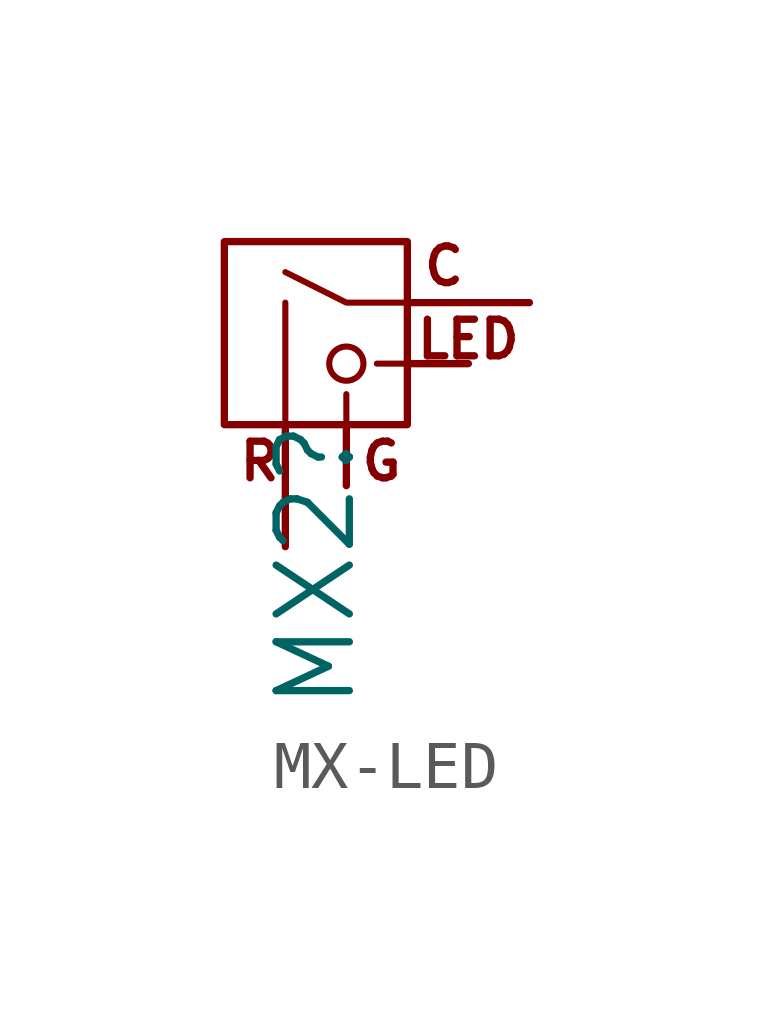
<source format=kicad_sym>
(kicad_symbol_lib
  (version 20201005)
  (generator kicad_symbol_editor)
  (symbol "0xcb:MX-LED"
    (pin_names
      (offset 1.016))
    (property "Reference" "MX2"
      (at -0.635 -4.194 90)
      (effects (font (size 1.524 1.524))))
    (symbol "MX-LED_0_0"
      (circle (center 0 0) (radius 0.356) (stroke (width 0.127)) (fill (type none)))
      (text "C" (at 2.032 2.032 0) (effects (font (size 0.762 0.762))))
      (text "LED" (at 2.54 0.508 0) (effects (font (size 0.762 0.762))))
      (text "R" (at -2.286 -2.032 0) (effects (font (size 0.762 0.762)) (justify left)))
      (rectangle (start -2.54 2.54) (end 1.27 -1.27) (stroke (width 0)) (fill (type none)))
      (polyline (pts (xy -1.27 -1.27) (xy -1.27 1.27)) (stroke (width 0.127)) (fill (type none)))
      (polyline (pts (xy 0 -1.27) (xy 0 -0.635)) (stroke (width 0.127)) (fill (type none)))
      (polyline (pts (xy 1.27 0) (xy 0.635 0)) (stroke (width 0.127)) (fill (type none)))
      (polyline (pts (xy 1.27 1.27) (xy 0 1.27) (xy -1.27 1.905)) (stroke (width 0.127)) (fill (type none))))
    (symbol "MX-LED_1_0"
      (text "G" (at 0.254 -2.032 0) (effects (font (size 0.762 0.762)) (justify left))))
    (symbol "MX-LED_1_1"
      (pin passive line (at 3.81 1.27 180) (length 2.54) (name "COL" (effects (font (size 0 0)))) (number "1" (effects (font (size 0 0)))))
      (pin passive line (at -1.27 -3.81 90) (length 2.54) (name "ROW" (effects (font (size 0 0)))) (number "2" (effects (font (size 0 0)))))
      (pin input line (at 2.54 0 180) (length 1.27) (name "LED" (effects (font (size 0 0)))) (number "3" (effects (font (size 0 0)))))
      (pin passive line (at 0 -2.54 90) (length 1.27) (name "LEDGND" (effects (font (size 0 0)))) (number "4" (effects (font (size 0 0))))))))
</source>
